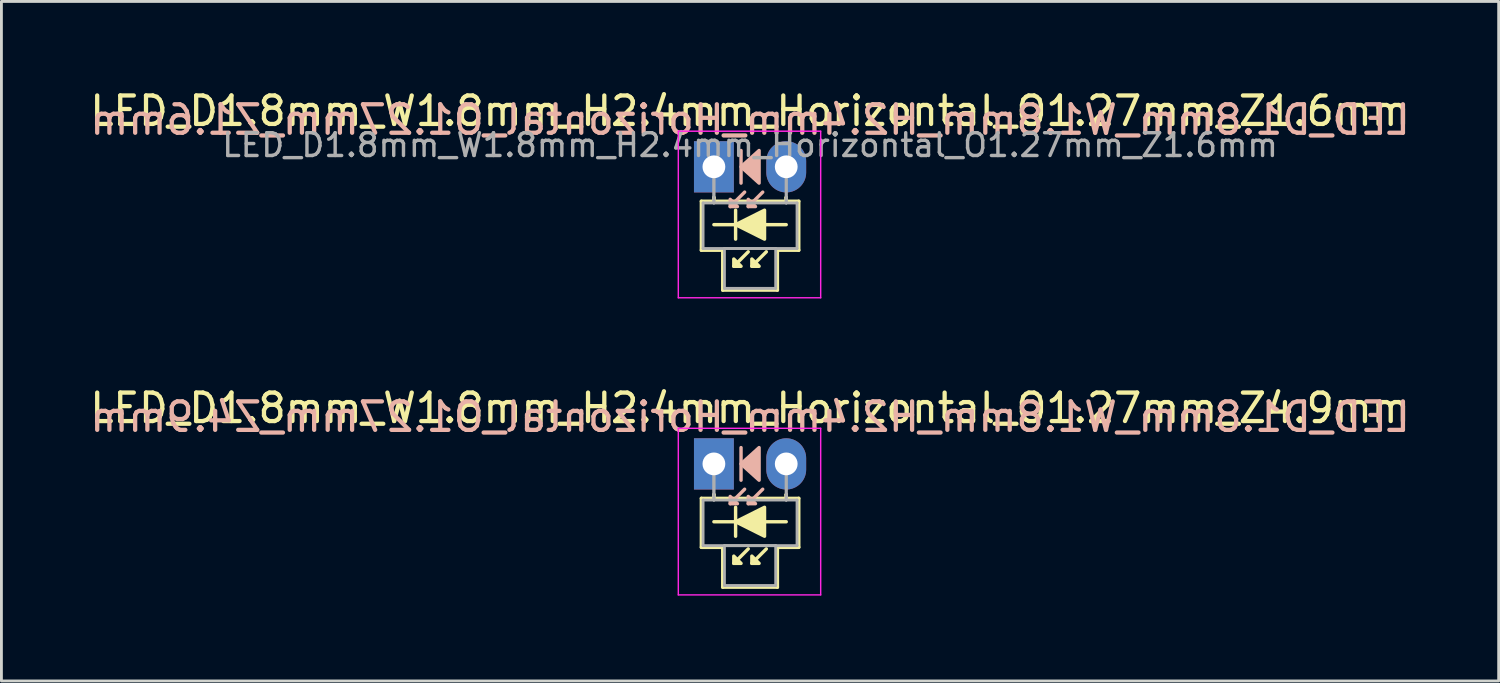
<source format=kicad_pcb>
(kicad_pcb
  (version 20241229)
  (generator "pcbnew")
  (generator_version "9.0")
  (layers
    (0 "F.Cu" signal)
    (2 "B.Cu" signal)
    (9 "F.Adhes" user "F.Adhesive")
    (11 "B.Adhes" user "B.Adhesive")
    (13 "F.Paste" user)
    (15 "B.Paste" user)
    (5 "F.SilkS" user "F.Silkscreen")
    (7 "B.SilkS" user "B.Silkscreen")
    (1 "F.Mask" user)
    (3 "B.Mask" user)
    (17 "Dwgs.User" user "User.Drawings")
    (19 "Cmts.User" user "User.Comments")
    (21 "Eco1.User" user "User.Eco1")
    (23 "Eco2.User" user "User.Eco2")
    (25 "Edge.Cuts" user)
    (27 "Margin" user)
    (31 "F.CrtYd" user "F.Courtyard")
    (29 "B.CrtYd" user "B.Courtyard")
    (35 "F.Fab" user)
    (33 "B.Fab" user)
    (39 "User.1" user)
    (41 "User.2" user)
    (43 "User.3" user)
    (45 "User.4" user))
  (footprint "LED_D1.8mm_W1.8mm_H2.4mm_Horizontal_O1.27mm_Z4.9mm"
    (layer "F.Cu")
    (at 22.022 13.242)
    (property "Reference" "LED_D1.8mm_W1.8mm_H2.4mm_Horizontal_O1.27mm_Z4.9mm" (at 1.27 -1.96 0) (layer "F.SilkS") (effects (font (size 1 1) (thickness 0.15))))
    (fp_line (start -0.44 1.21) (end -0.44 2.93) (stroke (width 0.12) (type solid)) (layer "F.SilkS"))
    (fp_line (start 0 1.08) (end 0 1.08) (stroke (width 0.12) (type solid)) (layer "F.SilkS"))
    (fp_line (start 0 1.08) (end 0 1.21) (stroke (width 0.12) (type solid)) (layer "F.SilkS"))
    (fp_line (start 0 1.21) (end 0 1.08) (stroke (width 0.12) (type solid)) (layer "F.SilkS"))
    (fp_line (start 0 1.21) (end 0 1.21) (stroke (width 0.12) (type solid)) (layer "F.SilkS"))
    (fp_line (start 0.31 2.93) (end -0.44 2.93) (stroke (width 0.12) (type solid)) (layer "F.SilkS"))
    (fp_line (start 0.31 2.93) (end 0.31 4.33) (stroke (width 0.12) (type solid)) (layer "F.SilkS"))
    (fp_line (start 0.31 4.33) (end 2.23 4.33) (stroke (width 0.12) (type solid)) (layer "F.SilkS"))
    (fp_line (start 0.762 1.524) (end 0.762 2.54) (stroke (width 0.12) (type solid)) (layer "F.SilkS"))
    (fp_line (start 1.206 2.985) (end 0.699 3.493) (stroke (width 0.12) (type solid)) (layer "F.SilkS"))
    (fp_line (start 1.841 2.985) (end 1.333 3.493) (stroke (width 0.12) (type solid)) (layer "F.SilkS"))
    (fp_line (start 2.23 4.33) (end 2.23 2.93) (stroke (width 0.12) (type solid)) (layer "F.SilkS"))
    (fp_line (start 2.54 1.08) (end 2.54 1.08) (stroke (width 0.12) (type solid)) (layer "F.SilkS"))
    (fp_line (start 2.54 1.08) (end 2.54 1.21) (stroke (width 0.12) (type solid)) (layer "F.SilkS"))
    (fp_line (start 2.54 1.21) (end 2.54 1.08) (stroke (width 0.12) (type solid)) (layer "F.SilkS"))
    (fp_line (start 2.54 1.21) (end 2.54 1.21) (stroke (width 0.12) (type solid)) (layer "F.SilkS"))
    (fp_line (start 2.54 2.032) (end 0 2.032) (stroke (width 0.12) (type solid)) (layer "F.SilkS"))
    (fp_line (start 2.98 1.21) (end -0.44 1.21) (stroke (width 0.12) (type solid)) (layer "F.SilkS"))
    (fp_line (start 2.98 2.93) (end 2.23 2.93) (stroke (width 0.12) (type solid)) (layer "F.SilkS"))
    (fp_line (start 2.98 2.93) (end 2.98 1.21) (stroke (width 0.12) (type solid)) (layer "F.SilkS"))
    (fp_poly (pts (xy 0.699 3.239) (xy 0.953 3.493) (xy 0.699 3.493)) (stroke (width 0.12) (type solid)) (fill yes) (layer "F.SilkS"))
    (fp_poly (pts (xy 1.333 3.239) (xy 1.587 3.493) (xy 1.333 3.493)) (stroke (width 0.12) (type solid)) (fill yes) (layer "F.SilkS"))
    (fp_poly (pts (xy 1.778 2.54) (xy 0.762 2.032) (xy 1.778 1.524)) (stroke (width 0.12) (type solid)) (fill yes) (layer "F.SilkS"))
    (fp_line (start 0.953 -0.572) (end 0.953 0.572) (stroke (width 0.12) (type solid)) (layer "B.SilkS"))
    (fp_line (start 1.079 0.889) (end 0.572 1.397) (stroke (width 0.12) (type solid)) (layer "B.SilkS"))
    (fp_line (start 1.714 0.889) (end 1.206 1.397) (stroke (width 0.12) (type solid)) (layer "B.SilkS"))
    (fp_poly (pts (xy 0.572 1.143) (xy 0.826 1.397) (xy 0.572 1.397)) (stroke (width 0.12) (type solid)) (fill yes) (layer "B.SilkS"))
    (fp_poly (pts (xy 1.206 1.143) (xy 1.46 1.397) (xy 1.206 1.397)) (stroke (width 0.12) (type solid)) (fill yes) (layer "B.SilkS"))
    (fp_poly (pts (xy 1.587 0.572) (xy 0.953 0) (xy 1.587 -0.572)) (stroke (width 0.12) (type solid)) (fill yes) (layer "B.SilkS"))
    (fp_line (start -1.25 -1.25) (end -1.25 4.6) (stroke (width 0.05) (type solid)) (layer "F.CrtYd"))
    (fp_line (start -1.25 4.6) (end 3.75 4.6) (stroke (width 0.05) (type solid)) (layer "F.CrtYd"))
    (fp_line (start 3.75 -1.25) (end -1.25 -1.25) (stroke (width 0.05) (type solid)) (layer "F.CrtYd"))
    (fp_line (start 3.75 4.6) (end 3.75 -1.25) (stroke (width 0.05) (type solid)) (layer "F.CrtYd"))
    (fp_line (start -0.38 1.27) (end -0.38 2.87) (stroke (width 0.1) (type solid)) (layer "F.Fab"))
    (fp_line (start -0.38 2.87) (end 2.92 2.87) (stroke (width 0.1) (type solid)) (layer "F.Fab"))
    (fp_line (start 0 0) (end 0 0) (stroke (width 0.1) (type solid)) (layer "F.Fab"))
    (fp_line (start 0 0) (end 0 1.27) (stroke (width 0.1) (type solid)) (layer "F.Fab"))
    (fp_line (start 0 1.27) (end 0 0) (stroke (width 0.1) (type solid)) (layer "F.Fab"))
    (fp_line (start 0 1.27) (end 0 1.27) (stroke (width 0.1) (type solid)) (layer "F.Fab"))
    (fp_line (start 0.37 2.87) (end 0.37 4.27) (stroke (width 0.1) (type solid)) (layer "F.Fab"))
    (fp_line (start 0.37 4.27) (end 2.17 4.27) (stroke (width 0.1) (type solid)) (layer "F.Fab"))
    (fp_line (start 2.17 2.87) (end 0.37 2.87) (stroke (width 0.1) (type solid)) (layer "F.Fab"))
    (fp_line (start 2.17 4.27) (end 2.17 2.87) (stroke (width 0.1) (type solid)) (layer "F.Fab"))
    (fp_line (start 2.54 0) (end 2.54 0) (stroke (width 0.1) (type solid)) (layer "F.Fab"))
    (fp_line (start 2.54 0) (end 2.54 1.27) (stroke (width 0.1) (type solid)) (layer "F.Fab"))
    (fp_line (start 2.54 1.27) (end 2.54 0) (stroke (width 0.1) (type solid)) (layer "F.Fab"))
    (fp_line (start 2.54 1.27) (end 2.54 1.27) (stroke (width 0.1) (type solid)) (layer "F.Fab"))
    (fp_line (start 2.92 1.27) (end -0.38 1.27) (stroke (width 0.1) (type solid)) (layer "F.Fab"))
    (fp_line (start 2.92 2.87) (end 2.92 1.27) (stroke (width 0.1) (type solid)) (layer "F.Fab"))
    (fp_text user "${REFERENCE}" (at 1.27 -1.651 0) (layer "B.SilkS") (effects (font (size 1 1) (thickness 0.15)) (justify mirror)))
    (pad "1" thru_hole rect (at 0 0) (size 1.4 1.8) (drill 0.8) (layers "*.Cu" "*.Mask"))
    (pad "2" thru_hole oval (at 2.54 0) (size 1.4 1.8) (drill 0.8) (layers "*.Cu" "*.Mask")))
  (footprint "LED_D1.8mm_W1.8mm_H2.4mm_Horizontal_O1.27mm_Z1.6mm"
    (layer "F.Cu")
    (at 22.022 2.808)
    (property "Reference" "LED_D1.8mm_W1.8mm_H2.4mm_Horizontal_O1.27mm_Z1.6mm" (at 1.27 -1.96 0) (layer "F.SilkS") (effects (font (size 1 1) (thickness 0.15))))
    (fp_line (start -0.44 1.21) (end -0.44 2.93) (stroke (width 0.12) (type solid)) (layer "F.SilkS"))
    (fp_line (start 0 1.08) (end 0 1.08) (stroke (width 0.12) (type solid)) (layer "F.SilkS"))
    (fp_line (start 0 1.08) (end 0 1.21) (stroke (width 0.12) (type solid)) (layer "F.SilkS"))
    (fp_line (start 0 1.21) (end 0 1.08) (stroke (width 0.12) (type solid)) (layer "F.SilkS"))
    (fp_line (start 0 1.21) (end 0 1.21) (stroke (width 0.12) (type solid)) (layer "F.SilkS"))
    (fp_line (start 0.31 2.93) (end -0.44 2.93) (stroke (width 0.12) (type solid)) (layer "F.SilkS"))
    (fp_line (start 0.31 2.93) (end 0.31 4.33) (stroke (width 0.12) (type solid)) (layer "F.SilkS"))
    (fp_line (start 0.31 4.33) (end 2.23 4.33) (stroke (width 0.12) (type solid)) (layer "F.SilkS"))
    (fp_line (start 0.762 1.524) (end 0.762 2.54) (stroke (width 0.12) (type solid)) (layer "F.SilkS"))
    (fp_line (start 1.206 2.985) (end 0.699 3.493) (stroke (width 0.12) (type solid)) (layer "F.SilkS"))
    (fp_line (start 1.841 2.985) (end 1.333 3.493) (stroke (width 0.12) (type solid)) (layer "F.SilkS"))
    (fp_line (start 2.23 4.33) (end 2.23 2.93) (stroke (width 0.12) (type solid)) (layer "F.SilkS"))
    (fp_line (start 2.54 1.08) (end 2.54 1.08) (stroke (width 0.12) (type solid)) (layer "F.SilkS"))
    (fp_line (start 2.54 1.08) (end 2.54 1.21) (stroke (width 0.12) (type solid)) (layer "F.SilkS"))
    (fp_line (start 2.54 1.21) (end 2.54 1.08) (stroke (width 0.12) (type solid)) (layer "F.SilkS"))
    (fp_line (start 2.54 1.21) (end 2.54 1.21) (stroke (width 0.12) (type solid)) (layer "F.SilkS"))
    (fp_line (start 2.54 2.032) (end 0 2.032) (stroke (width 0.12) (type solid)) (layer "F.SilkS"))
    (fp_line (start 2.98 1.21) (end -0.44 1.21) (stroke (width 0.12) (type solid)) (layer "F.SilkS"))
    (fp_line (start 2.98 2.93) (end 2.23 2.93) (stroke (width 0.12) (type solid)) (layer "F.SilkS"))
    (fp_line (start 2.98 2.93) (end 2.98 1.21) (stroke (width 0.12) (type solid)) (layer "F.SilkS"))
    (fp_poly (pts (xy 0.699 3.239) (xy 0.953 3.493) (xy 0.699 3.493)) (stroke (width 0.12) (type solid)) (fill yes) (layer "F.SilkS"))
    (fp_poly (pts (xy 1.333 3.239) (xy 1.587 3.493) (xy 1.333 3.493)) (stroke (width 0.12) (type solid)) (fill yes) (layer "F.SilkS"))
    (fp_poly (pts (xy 1.778 2.54) (xy 0.762 2.032) (xy 1.778 1.524)) (stroke (width 0.12) (type solid)) (fill yes) (layer "F.SilkS"))
    (fp_line (start 0.953 -0.572) (end 0.953 0.572) (stroke (width 0.12) (type solid)) (layer "B.SilkS"))
    (fp_line (start 1.079 0.889) (end 0.572 1.397) (stroke (width 0.12) (type solid)) (layer "B.SilkS"))
    (fp_line (start 1.714 0.889) (end 1.206 1.397) (stroke (width 0.12) (type solid)) (layer "B.SilkS"))
    (fp_poly (pts (xy 0.572 1.143) (xy 0.826 1.397) (xy 0.572 1.397)) (stroke (width 0.12) (type solid)) (fill yes) (layer "B.SilkS"))
    (fp_poly (pts (xy 1.206 1.143) (xy 1.46 1.397) (xy 1.206 1.397)) (stroke (width 0.12) (type solid)) (fill yes) (layer "B.SilkS"))
    (fp_poly (pts (xy 1.587 0.572) (xy 0.953 0) (xy 1.587 -0.572)) (stroke (width 0.12) (type solid)) (fill yes) (layer "B.SilkS"))
    (fp_line (start -1.25 -1.25) (end -1.25 4.6) (stroke (width 0.05) (type solid)) (layer "F.CrtYd"))
    (fp_line (start -1.25 4.6) (end 3.75 4.6) (stroke (width 0.05) (type solid)) (layer "F.CrtYd"))
    (fp_line (start 3.75 -1.25) (end -1.25 -1.25) (stroke (width 0.05) (type solid)) (layer "F.CrtYd"))
    (fp_line (start 3.75 4.6) (end 3.75 -1.25) (stroke (width 0.05) (type solid)) (layer "F.CrtYd"))
    (fp_line (start -0.38 1.27) (end -0.38 2.87) (stroke (width 0.1) (type solid)) (layer "F.Fab"))
    (fp_line (start -0.38 2.87) (end 2.92 2.87) (stroke (width 0.1) (type solid)) (layer "F.Fab"))
    (fp_line (start 0 0) (end 0 0) (stroke (width 0.1) (type solid)) (layer "F.Fab"))
    (fp_line (start 0 0) (end 0 1.27) (stroke (width 0.1) (type solid)) (layer "F.Fab"))
    (fp_line (start 0 1.27) (end 0 0) (stroke (width 0.1) (type solid)) (layer "F.Fab"))
    (fp_line (start 0 1.27) (end 0 1.27) (stroke (width 0.1) (type solid)) (layer "F.Fab"))
    (fp_line (start 0.37 2.87) (end 0.37 4.27) (stroke (width 0.1) (type solid)) (layer "F.Fab"))
    (fp_line (start 0.37 4.27) (end 2.17 4.27) (stroke (width 0.1) (type solid)) (layer "F.Fab"))
    (fp_line (start 2.17 2.87) (end 0.37 2.87) (stroke (width 0.1) (type solid)) (layer "F.Fab"))
    (fp_line (start 2.17 4.27) (end 2.17 2.87) (stroke (width 0.1) (type solid)) (layer "F.Fab"))
    (fp_line (start 2.54 0) (end 2.54 0) (stroke (width 0.1) (type solid)) (layer "F.Fab"))
    (fp_line (start 2.54 0) (end 2.54 1.27) (stroke (width 0.1) (type solid)) (layer "F.Fab"))
    (fp_line (start 2.54 1.27) (end 2.54 0) (stroke (width 0.1) (type solid)) (layer "F.Fab"))
    (fp_line (start 2.54 1.27) (end 2.54 1.27) (stroke (width 0.1) (type solid)) (layer "F.Fab"))
    (fp_line (start 2.92 1.27) (end -0.38 1.27) (stroke (width 0.1) (type solid)) (layer "F.Fab"))
    (fp_line (start 2.92 2.87) (end 2.92 1.27) (stroke (width 0.1) (type solid)) (layer "F.Fab"))
    (fp_text user "${REFERENCE}" (at 1.27 -1.651 0) (layer "B.SilkS") (effects (font (size 1 1) (thickness 0.15)) (justify mirror)))
    (fp_text user "${REFERENCE}" (at 1.27 -0.762 0) (layer "F.Fab") (effects (font (size 0.8 0.8) (thickness 0.12))))
    (pad "1" thru_hole rect (at 0 0) (size 1.4 1.8) (drill 0.8) (layers "*.Cu" "*.Mask"))
    (pad "2" thru_hole oval (at 2.54 0) (size 1.4 1.8) (drill 0.8) (layers "*.Cu" "*.Mask")))
  (gr_rect
    (start -3 -3)
    (end 49.583 20.866)
    (stroke (width 0.1) (type default))
    (fill no)
    (layer "Edge.Cuts")))
</source>
